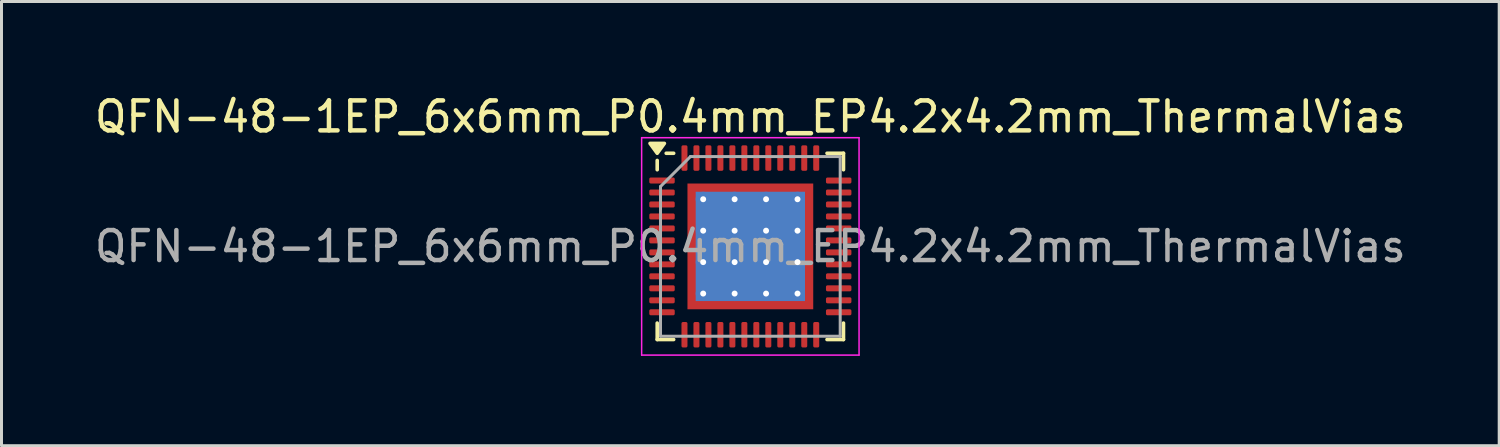
<source format=kicad_pcb>
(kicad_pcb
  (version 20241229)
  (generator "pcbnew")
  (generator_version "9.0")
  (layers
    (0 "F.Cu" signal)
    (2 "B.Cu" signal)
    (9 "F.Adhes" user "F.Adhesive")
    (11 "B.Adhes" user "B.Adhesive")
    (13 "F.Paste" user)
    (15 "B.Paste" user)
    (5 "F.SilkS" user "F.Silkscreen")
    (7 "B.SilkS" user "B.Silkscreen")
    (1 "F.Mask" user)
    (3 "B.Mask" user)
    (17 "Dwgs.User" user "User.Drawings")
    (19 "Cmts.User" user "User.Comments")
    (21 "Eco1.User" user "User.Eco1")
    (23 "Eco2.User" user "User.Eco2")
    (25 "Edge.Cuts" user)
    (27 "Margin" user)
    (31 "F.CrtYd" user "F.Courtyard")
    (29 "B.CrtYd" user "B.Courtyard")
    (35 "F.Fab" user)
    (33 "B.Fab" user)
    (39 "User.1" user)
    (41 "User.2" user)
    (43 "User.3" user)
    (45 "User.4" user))
  (footprint "QFN-48-1EP_6x6mm_P0.4mm_EP4.2x4.2mm_ThermalVias"
    (layer "F.Cu")
    (at 22.006 5.178)
    (property "Reference" "QFN-48-1EP_6x6mm_P0.4mm_EP4.2x4.2mm_ThermalVias" (at 0 -4.33 0) (layer "F.SilkS") (effects (font (size 1 1) (thickness 0.15))))
    (attr smd)
    (fp_line (start -3.11 -2.56) (end -3.11 -2.87) (stroke (width 0.12) (type solid)) (layer "F.SilkS"))
    (fp_line (start -3.11 3.11) (end -3.11 2.56) (stroke (width 0.12) (type solid)) (layer "F.SilkS"))
    (fp_line (start -2.56 -3.11) (end -2.81 -3.11) (stroke (width 0.12) (type solid)) (layer "F.SilkS"))
    (fp_line (start -2.56 3.11) (end -3.11 3.11) (stroke (width 0.12) (type solid)) (layer "F.SilkS"))
    (fp_line (start 2.56 -3.11) (end 3.11 -3.11) (stroke (width 0.12) (type solid)) (layer "F.SilkS"))
    (fp_line (start 2.56 3.11) (end 3.11 3.11) (stroke (width 0.12) (type solid)) (layer "F.SilkS"))
    (fp_line (start 3.11 -3.11) (end 3.11 -2.56) (stroke (width 0.12) (type solid)) (layer "F.SilkS"))
    (fp_line (start 3.11 3.11) (end 3.11 2.56) (stroke (width 0.12) (type solid)) (layer "F.SilkS"))
    (fp_poly (pts (xy -3.11 -3.11) (xy -3.35 -3.44) (xy -2.87 -3.44) (xy -3.11 -3.11)) (stroke (width 0.12) (type solid)) (fill yes) (layer "F.SilkS"))
    (fp_line (start -3.63 -3.63) (end -3.63 3.63) (stroke (width 0.05) (type solid)) (layer "F.CrtYd"))
    (fp_line (start -3.63 3.63) (end 3.63 3.63) (stroke (width 0.05) (type solid)) (layer "F.CrtYd"))
    (fp_line (start 3.63 -3.63) (end -3.63 -3.63) (stroke (width 0.05) (type solid)) (layer "F.CrtYd"))
    (fp_line (start 3.63 3.63) (end 3.63 -3.63) (stroke (width 0.05) (type solid)) (layer "F.CrtYd"))
    (fp_line (start -3 -2) (end -2 -3) (stroke (width 0.1) (type solid)) (layer "F.Fab"))
    (fp_line (start -3 3) (end -3 -2) (stroke (width 0.1) (type solid)) (layer "F.Fab"))
    (fp_line (start -2 -3) (end 3 -3) (stroke (width 0.1) (type solid)) (layer "F.Fab"))
    (fp_line (start 3 -3) (end 3 3) (stroke (width 0.1) (type solid)) (layer "F.Fab"))
    (fp_line (start 3 3) (end -3 3) (stroke (width 0.1) (type solid)) (layer "F.Fab"))
    (fp_text user "${REFERENCE}" (at 0 0 0) (layer "F.Fab") (effects (font (size 1 1) (thickness 0.15))))
    (pad "" smd custom (at -1.837 -1.837) (size 0.295 0.295) (layers "F.Paste") (options (anchor circle)) (primitives (gr_poly (pts (xy -0.106 -0.106) (xy 0.106 -0.106) (xy 0.106 -0.013) (xy -0.013 0.106) (xy -0.106 0.106)) (width 0.212) (fill yes))))
    (pad "" smd custom (at -1.837 -1.05) (size 0.331 0.331) (layers "F.Paste") (options (anchor circle)) (primitives (gr_poly (pts (xy -0.12 -0.331) (xy 0.043 -0.331) (xy 0.12 -0.255) (xy 0.12 0.255) (xy 0.043 0.331) (xy -0.12 0.331)) (width 0.184) (fill yes))))
    (pad "" smd custom (at -1.837 0) (size 0.331 0.331) (layers "F.Paste") (options (anchor circle)) (primitives (gr_poly (pts (xy -0.12 -0.331) (xy 0.043 -0.331) (xy 0.12 -0.255) (xy 0.12 0.255) (xy 0.043 0.331) (xy -0.12 0.331)) (width 0.184) (fill yes))))
    (pad "" smd custom (at -1.837 1.05) (size 0.331 0.331) (layers "F.Paste") (options (anchor circle)) (primitives (gr_poly (pts (xy -0.12 -0.331) (xy 0.043 -0.331) (xy 0.12 -0.255) (xy 0.12 0.255) (xy 0.043 0.331) (xy -0.12 0.331)) (width 0.184) (fill yes))))
    (pad "" smd custom (at -1.837 1.837) (size 0.295 0.295) (layers "F.Paste") (options (anchor circle)) (primitives (gr_poly (pts (xy -0.106 -0.106) (xy -0.013 -0.106) (xy 0.106 0.013) (xy 0.106 0.106) (xy -0.106 0.106)) (width 0.212) (fill yes))))
    (pad "" smd custom (at -1.05 -1.837) (size 0.331 0.331) (layers "F.Paste") (options (anchor circle)) (primitives (gr_poly (pts (xy -0.331 -0.12) (xy 0.331 -0.12) (xy 0.331 0.043) (xy 0.255 0.12) (xy -0.255 0.12) (xy -0.331 0.043)) (width 0.184) (fill yes))))
    (pad "" smd roundrect (at -1.05 -1.05) (size 0.847 0.847) (layers "F.Paste") (roundrect_rratio 0.25))
    (pad "" smd roundrect (at -1.05 0) (size 0.847 0.847) (layers "F.Paste") (roundrect_rratio 0.25))
    (pad "" smd roundrect (at -1.05 1.05) (size 0.847 0.847) (layers "F.Paste") (roundrect_rratio 0.25))
    (pad "" smd custom (at -1.05 1.837) (size 0.331 0.331) (layers "F.Paste") (options (anchor circle)) (primitives (gr_poly (pts (xy -0.331 -0.043) (xy -0.255 -0.12) (xy 0.255 -0.12) (xy 0.331 -0.043) (xy 0.331 0.12) (xy -0.331 0.12)) (width 0.184) (fill yes))))
    (pad "" smd custom (at 0 -1.837) (size 0.331 0.331) (layers "F.Paste") (options (anchor circle)) (primitives (gr_poly (pts (xy -0.331 -0.12) (xy 0.331 -0.12) (xy 0.331 0.043) (xy 0.255 0.12) (xy -0.255 0.12) (xy -0.331 0.043)) (width 0.184) (fill yes))))
    (pad "" smd roundrect (at 0 -1.05) (size 0.847 0.847) (layers "F.Paste") (roundrect_rratio 0.25))
    (pad "" smd roundrect (at 0 0) (size 0.847 0.847) (layers "F.Paste") (roundrect_rratio 0.25))
    (pad "" smd roundrect (at 0 1.05) (size 0.847 0.847) (layers "F.Paste") (roundrect_rratio 0.25))
    (pad "" smd custom (at 0 1.837) (size 0.331 0.331) (layers "F.Paste") (options (anchor circle)) (primitives (gr_poly (pts (xy -0.331 -0.043) (xy -0.255 -0.12) (xy 0.255 -0.12) (xy 0.331 -0.043) (xy 0.331 0.12) (xy -0.331 0.12)) (width 0.184) (fill yes))))
    (pad "" smd custom (at 1.05 -1.837) (size 0.331 0.331) (layers "F.Paste") (options (anchor circle)) (primitives (gr_poly (pts (xy -0.331 -0.12) (xy 0.331 -0.12) (xy 0.331 0.043) (xy 0.255 0.12) (xy -0.255 0.12) (xy -0.331 0.043)) (width 0.184) (fill yes))))
    (pad "" smd roundrect (at 1.05 -1.05) (size 0.847 0.847) (layers "F.Paste") (roundrect_rratio 0.25))
    (pad "" smd roundrect (at 1.05 0) (size 0.847 0.847) (layers "F.Paste") (roundrect_rratio 0.25))
    (pad "" smd roundrect (at 1.05 1.05) (size 0.847 0.847) (layers "F.Paste") (roundrect_rratio 0.25))
    (pad "" smd custom (at 1.05 1.837) (size 0.331 0.331) (layers "F.Paste") (options (anchor circle)) (primitives (gr_poly (pts (xy -0.331 -0.043) (xy -0.255 -0.12) (xy 0.255 -0.12) (xy 0.331 -0.043) (xy 0.331 0.12) (xy -0.331 0.12)) (width 0.184) (fill yes))))
    (pad "" smd custom (at 1.837 -1.837) (size 0.295 0.295) (layers "F.Paste") (options (anchor circle)) (primitives (gr_poly (pts (xy -0.106 -0.106) (xy 0.106 -0.106) (xy 0.106 0.106) (xy 0.013 0.106) (xy -0.106 -0.013)) (width 0.212) (fill yes))))
    (pad "" smd custom (at 1.837 -1.05) (size 0.331 0.331) (layers "F.Paste") (options (anchor circle)) (primitives (gr_poly (pts (xy -0.12 -0.255) (xy -0.043 -0.331) (xy 0.12 -0.331) (xy 0.12 0.331) (xy -0.043 0.331) (xy -0.12 0.255)) (width 0.184) (fill yes))))
    (pad "" smd custom (at 1.837 0) (size 0.331 0.331) (layers "F.Paste") (options (anchor circle)) (primitives (gr_poly (pts (xy -0.12 -0.255) (xy -0.043 -0.331) (xy 0.12 -0.331) (xy 0.12 0.331) (xy -0.043 0.331) (xy -0.12 0.255)) (width 0.184) (fill yes))))
    (pad "" smd custom (at 1.837 1.05) (size 0.331 0.331) (layers "F.Paste") (options (anchor circle)) (primitives (gr_poly (pts (xy -0.12 -0.255) (xy -0.043 -0.331) (xy 0.12 -0.331) (xy 0.12 0.331) (xy -0.043 0.331) (xy -0.12 0.255)) (width 0.184) (fill yes))))
    (pad "" smd custom (at 1.837 1.837) (size 0.295 0.295) (layers "F.Paste") (options (anchor circle)) (primitives (gr_poly (pts (xy -0.106 0.013) (xy 0.013 -0.106) (xy 0.106 -0.106) (xy 0.106 0.106) (xy -0.106 0.106)) (width 0.212) (fill yes))))
    (pad "1" smd roundrect (at -2.95 -2.2) (size 0.85 0.2) (layers "F.Cu" "F.Mask" "F.Paste") (roundrect_rratio 0.25))
    (pad "2" smd roundrect (at -2.95 -1.8) (size 0.85 0.2) (layers "F.Cu" "F.Mask" "F.Paste") (roundrect_rratio 0.25))
    (pad "3" smd roundrect (at -2.95 -1.4) (size 0.85 0.2) (layers "F.Cu" "F.Mask" "F.Paste") (roundrect_rratio 0.25))
    (pad "4" smd roundrect (at -2.95 -1) (size 0.85 0.2) (layers "F.Cu" "F.Mask" "F.Paste") (roundrect_rratio 0.25))
    (pad "5" smd roundrect (at -2.95 -0.6) (size 0.85 0.2) (layers "F.Cu" "F.Mask" "F.Paste") (roundrect_rratio 0.25))
    (pad "6" smd roundrect (at -2.95 -0.2) (size 0.85 0.2) (layers "F.Cu" "F.Mask" "F.Paste") (roundrect_rratio 0.25))
    (pad "7" smd roundrect (at -2.95 0.2) (size 0.85 0.2) (layers "F.Cu" "F.Mask" "F.Paste") (roundrect_rratio 0.25))
    (pad "8" smd roundrect (at -2.95 0.6) (size 0.85 0.2) (layers "F.Cu" "F.Mask" "F.Paste") (roundrect_rratio 0.25))
    (pad "9" smd roundrect (at -2.95 1) (size 0.85 0.2) (layers "F.Cu" "F.Mask" "F.Paste") (roundrect_rratio 0.25))
    (pad "10" smd roundrect (at -2.95 1.4) (size 0.85 0.2) (layers "F.Cu" "F.Mask" "F.Paste") (roundrect_rratio 0.25))
    (pad "11" smd roundrect (at -2.95 1.8) (size 0.85 0.2) (layers "F.Cu" "F.Mask" "F.Paste") (roundrect_rratio 0.25))
    (pad "12" smd roundrect (at -2.95 2.2) (size 0.85 0.2) (layers "F.Cu" "F.Mask" "F.Paste") (roundrect_rratio 0.25))
    (pad "13" smd roundrect (at -2.2 2.95) (size 0.2 0.85) (layers "F.Cu" "F.Mask" "F.Paste") (roundrect_rratio 0.25))
    (pad "14" smd roundrect (at -1.8 2.95) (size 0.2 0.85) (layers "F.Cu" "F.Mask" "F.Paste") (roundrect_rratio 0.25))
    (pad "15" smd roundrect (at -1.4 2.95) (size 0.2 0.85) (layers "F.Cu" "F.Mask" "F.Paste") (roundrect_rratio 0.25))
    (pad "16" smd roundrect (at -1 2.95) (size 0.2 0.85) (layers "F.Cu" "F.Mask" "F.Paste") (roundrect_rratio 0.25))
    (pad "17" smd roundrect (at -0.6 2.95) (size 0.2 0.85) (layers "F.Cu" "F.Mask" "F.Paste") (roundrect_rratio 0.25))
    (pad "18" smd roundrect (at -0.2 2.95) (size 0.2 0.85) (layers "F.Cu" "F.Mask" "F.Paste") (roundrect_rratio 0.25))
    (pad "19" smd roundrect (at 0.2 2.95) (size 0.2 0.85) (layers "F.Cu" "F.Mask" "F.Paste") (roundrect_rratio 0.25))
    (pad "20" smd roundrect (at 0.6 2.95) (size 0.2 0.85) (layers "F.Cu" "F.Mask" "F.Paste") (roundrect_rratio 0.25))
    (pad "21" smd roundrect (at 1 2.95) (size 0.2 0.85) (layers "F.Cu" "F.Mask" "F.Paste") (roundrect_rratio 0.25))
    (pad "22" smd roundrect (at 1.4 2.95) (size 0.2 0.85) (layers "F.Cu" "F.Mask" "F.Paste") (roundrect_rratio 0.25))
    (pad "23" smd roundrect (at 1.8 2.95) (size 0.2 0.85) (layers "F.Cu" "F.Mask" "F.Paste") (roundrect_rratio 0.25))
    (pad "24" smd roundrect (at 2.2 2.95) (size 0.2 0.85) (layers "F.Cu" "F.Mask" "F.Paste") (roundrect_rratio 0.25))
    (pad "25" smd roundrect (at 2.95 2.2) (size 0.85 0.2) (layers "F.Cu" "F.Mask" "F.Paste") (roundrect_rratio 0.25))
    (pad "26" smd roundrect (at 2.95 1.8) (size 0.85 0.2) (layers "F.Cu" "F.Mask" "F.Paste") (roundrect_rratio 0.25))
    (pad "27" smd roundrect (at 2.95 1.4) (size 0.85 0.2) (layers "F.Cu" "F.Mask" "F.Paste") (roundrect_rratio 0.25))
    (pad "28" smd roundrect (at 2.95 1) (size 0.85 0.2) (layers "F.Cu" "F.Mask" "F.Paste") (roundrect_rratio 0.25))
    (pad "29" smd roundrect (at 2.95 0.6) (size 0.85 0.2) (layers "F.Cu" "F.Mask" "F.Paste") (roundrect_rratio 0.25))
    (pad "30" smd roundrect (at 2.95 0.2) (size 0.85 0.2) (layers "F.Cu" "F.Mask" "F.Paste") (roundrect_rratio 0.25))
    (pad "31" smd roundrect (at 2.95 -0.2) (size 0.85 0.2) (layers "F.Cu" "F.Mask" "F.Paste") (roundrect_rratio 0.25))
    (pad "32" smd roundrect (at 2.95 -0.6) (size 0.85 0.2) (layers "F.Cu" "F.Mask" "F.Paste") (roundrect_rratio 0.25))
    (pad "33" smd roundrect (at 2.95 -1) (size 0.85 0.2) (layers "F.Cu" "F.Mask" "F.Paste") (roundrect_rratio 0.25))
    (pad "34" smd roundrect (at 2.95 -1.4) (size 0.85 0.2) (layers "F.Cu" "F.Mask" "F.Paste") (roundrect_rratio 0.25))
    (pad "35" smd roundrect (at 2.95 -1.8) (size 0.85 0.2) (layers "F.Cu" "F.Mask" "F.Paste") (roundrect_rratio 0.25))
    (pad "36" smd roundrect (at 2.95 -2.2) (size 0.85 0.2) (layers "F.Cu" "F.Mask" "F.Paste") (roundrect_rratio 0.25))
    (pad "37" smd roundrect (at 2.2 -2.95) (size 0.2 0.85) (layers "F.Cu" "F.Mask" "F.Paste") (roundrect_rratio 0.25))
    (pad "38" smd roundrect (at 1.8 -2.95) (size 0.2 0.85) (layers "F.Cu" "F.Mask" "F.Paste") (roundrect_rratio 0.25))
    (pad "39" smd roundrect (at 1.4 -2.95) (size 0.2 0.85) (layers "F.Cu" "F.Mask" "F.Paste") (roundrect_rratio 0.25))
    (pad "40" smd roundrect (at 1 -2.95) (size 0.2 0.85) (layers "F.Cu" "F.Mask" "F.Paste") (roundrect_rratio 0.25))
    (pad "41" smd roundrect (at 0.6 -2.95) (size 0.2 0.85) (layers "F.Cu" "F.Mask" "F.Paste") (roundrect_rratio 0.25))
    (pad "42" smd roundrect (at 0.2 -2.95) (size 0.2 0.85) (layers "F.Cu" "F.Mask" "F.Paste") (roundrect_rratio 0.25))
    (pad "43" smd roundrect (at -0.2 -2.95) (size 0.2 0.85) (layers "F.Cu" "F.Mask" "F.Paste") (roundrect_rratio 0.25))
    (pad "44" smd roundrect (at -0.6 -2.95) (size 0.2 0.85) (layers "F.Cu" "F.Mask" "F.Paste") (roundrect_rratio 0.25))
    (pad "45" smd roundrect (at -1 -2.95) (size 0.2 0.85) (layers "F.Cu" "F.Mask" "F.Paste") (roundrect_rratio 0.25))
    (pad "46" smd roundrect (at -1.4 -2.95) (size 0.2 0.85) (layers "F.Cu" "F.Mask" "F.Paste") (roundrect_rratio 0.25))
    (pad "47" smd roundrect (at -1.8 -2.95) (size 0.2 0.85) (layers "F.Cu" "F.Mask" "F.Paste") (roundrect_rratio 0.25))
    (pad "48" smd roundrect (at -2.2 -2.95) (size 0.2 0.85) (layers "F.Cu" "F.Mask" "F.Paste") (roundrect_rratio 0.25))
    (pad "49" thru_hole circle (at -1.575 -1.575) (size 0.5 0.5) (drill 0.2) (property pad_prop_heatsink) (layers "*.Cu"))
    (pad "49" thru_hole circle (at -1.575 -0.525) (size 0.5 0.5) (drill 0.2) (property pad_prop_heatsink) (layers "*.Cu"))
    (pad "49" thru_hole circle (at -1.575 0.525) (size 0.5 0.5) (drill 0.2) (property pad_prop_heatsink) (layers "*.Cu"))
    (pad "49" thru_hole circle (at -1.575 1.575) (size 0.5 0.5) (drill 0.2) (property pad_prop_heatsink) (layers "*.Cu"))
    (pad "49" thru_hole circle (at -0.525 -1.575) (size 0.5 0.5) (drill 0.2) (property pad_prop_heatsink) (layers "*.Cu"))
    (pad "49" thru_hole circle (at -0.525 -0.525) (size 0.5 0.5) (drill 0.2) (property pad_prop_heatsink) (layers "*.Cu"))
    (pad "49" thru_hole circle (at -0.525 0.525) (size 0.5 0.5) (drill 0.2) (property pad_prop_heatsink) (layers "*.Cu"))
    (pad "49" thru_hole circle (at -0.525 1.575) (size 0.5 0.5) (drill 0.2) (property pad_prop_heatsink) (layers "*.Cu"))
    (pad "49" smd rect (at 0 0) (size 3.65 3.65) (property pad_prop_heatsink) (layers "B.Cu"))
    (pad "49" smd rect (at 0 0) (size 4.2 4.2) (property pad_prop_heatsink) (layers "F.Cu" "F.Mask"))
    (pad "49" thru_hole circle (at 0.525 -1.575) (size 0.5 0.5) (drill 0.2) (property pad_prop_heatsink) (layers "*.Cu"))
    (pad "49" thru_hole circle (at 0.525 -0.525) (size 0.5 0.5) (drill 0.2) (property pad_prop_heatsink) (layers "*.Cu"))
    (pad "49" thru_hole circle (at 0.525 0.525) (size 0.5 0.5) (drill 0.2) (property pad_prop_heatsink) (layers "*.Cu"))
    (pad "49" thru_hole circle (at 0.525 1.575) (size 0.5 0.5) (drill 0.2) (property pad_prop_heatsink) (layers "*.Cu"))
    (pad "49" thru_hole circle (at 1.575 -1.575) (size 0.5 0.5) (drill 0.2) (property pad_prop_heatsink) (layers "*.Cu"))
    (pad "49" thru_hole circle (at 1.575 -0.525) (size 0.5 0.5) (drill 0.2) (property pad_prop_heatsink) (layers "*.Cu"))
    (pad "49" thru_hole circle (at 1.575 0.525) (size 0.5 0.5) (drill 0.2) (property pad_prop_heatsink) (layers "*.Cu"))
    (pad "49" thru_hole circle (at 1.575 1.575) (size 0.5 0.5) (drill 0.2) (property pad_prop_heatsink) (layers "*.Cu")))
  (gr_rect
    (start -3 -3)
    (end 47.012 11.833)
    (stroke (width 0.1) (type default))
    (fill no)
    (layer "Edge.Cuts")))
</source>
